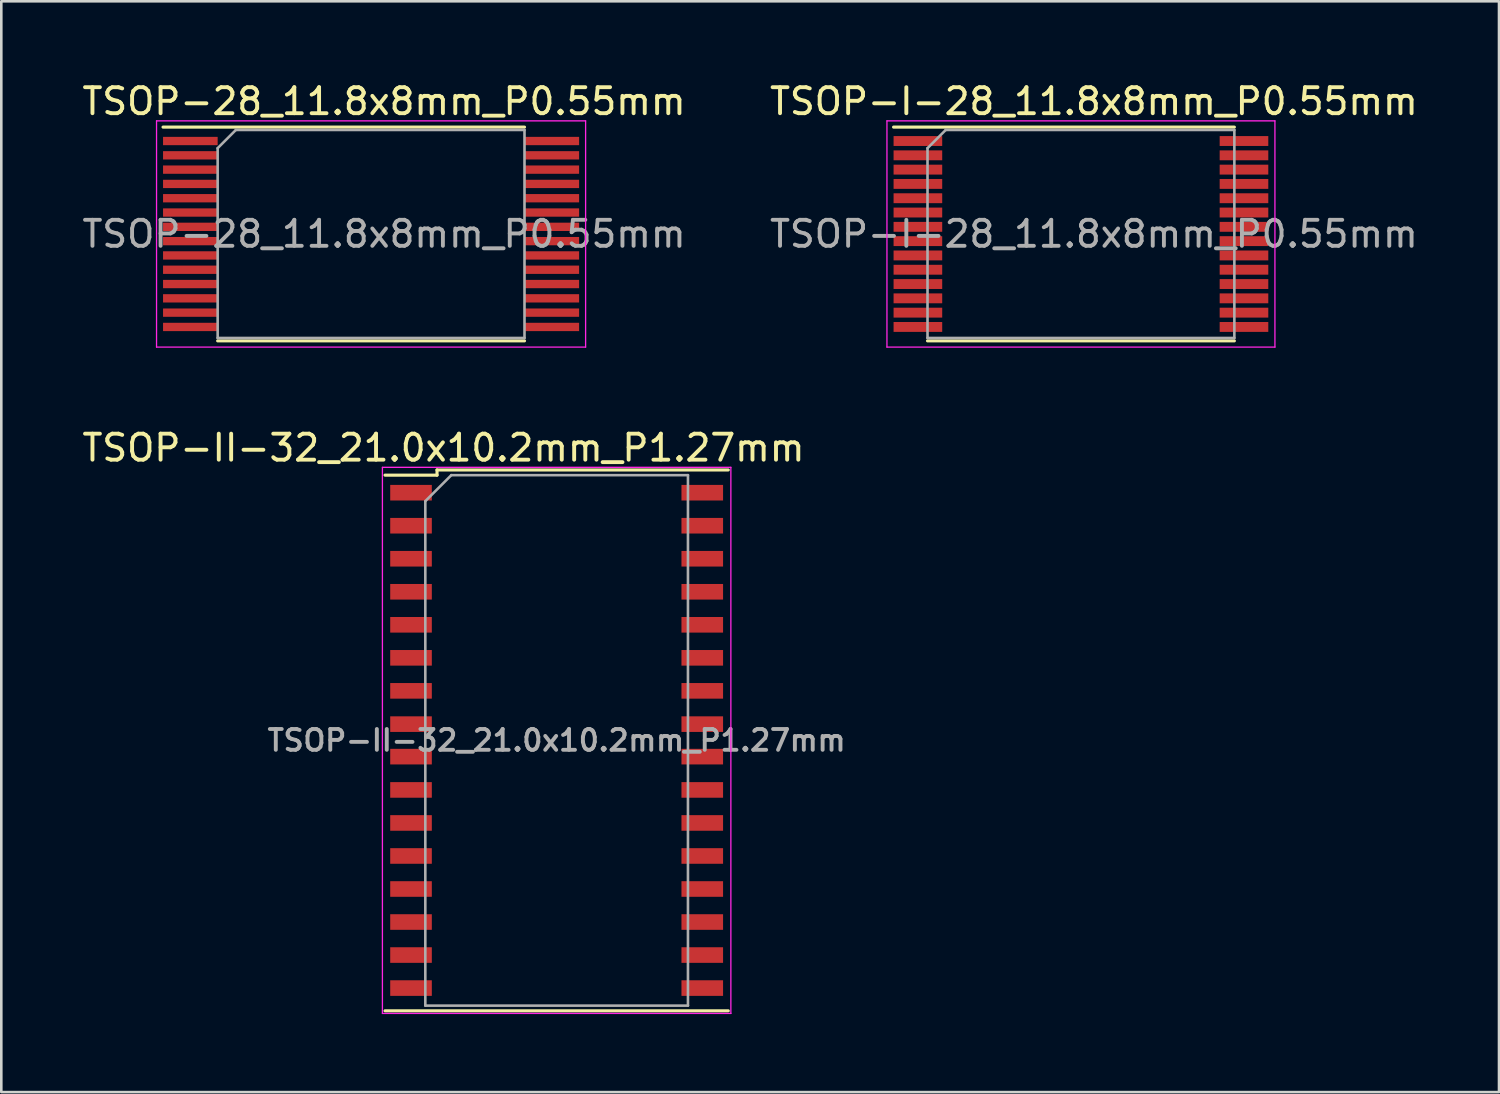
<source format=kicad_pcb>
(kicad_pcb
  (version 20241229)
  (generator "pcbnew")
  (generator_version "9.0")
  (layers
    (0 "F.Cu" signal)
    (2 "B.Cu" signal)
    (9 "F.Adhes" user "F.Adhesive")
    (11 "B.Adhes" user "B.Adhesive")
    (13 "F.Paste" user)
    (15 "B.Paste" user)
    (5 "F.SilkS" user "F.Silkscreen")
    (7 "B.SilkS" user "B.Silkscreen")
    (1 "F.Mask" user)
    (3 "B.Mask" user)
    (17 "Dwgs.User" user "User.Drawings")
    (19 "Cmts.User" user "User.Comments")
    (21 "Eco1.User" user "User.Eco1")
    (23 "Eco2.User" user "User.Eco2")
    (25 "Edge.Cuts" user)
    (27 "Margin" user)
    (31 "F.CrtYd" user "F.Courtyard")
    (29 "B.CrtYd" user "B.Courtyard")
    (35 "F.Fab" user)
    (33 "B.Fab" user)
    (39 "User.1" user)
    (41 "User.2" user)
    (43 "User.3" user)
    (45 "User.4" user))
  (footprint "TSOP-28_11.8x8mm_P0.55mm"
    (layer "F.Cu")
    (at 11.22 5.948)
    (property "Reference" "TSOP-28_11.8x8mm_P0.55mm" (at 0.5 -5.1 0) (layer "F.SilkS") (effects (font (size 1 1) (thickness 0.15))))
    (attr smd)
    (fp_line (start -8 -4.11) (end 5.9 -4.11) (stroke (width 0.12) (type solid)) (layer "F.SilkS"))
    (fp_line (start -5.9 4.11) (end 5.9 4.11) (stroke (width 0.12) (type solid)) (layer "F.SilkS"))
    (fp_line (start -8.25 -4.35) (end -8.25 4.35) (stroke (width 0.05) (type solid)) (layer "F.CrtYd"))
    (fp_line (start -8.25 -4.35) (end 8.25 -4.35) (stroke (width 0.05) (type solid)) (layer "F.CrtYd"))
    (fp_line (start 8.25 4.35) (end -8.25 4.35) (stroke (width 0.05) (type solid)) (layer "F.CrtYd"))
    (fp_line (start 8.25 4.35) (end 8.25 -4.35) (stroke (width 0.05) (type solid)) (layer "F.CrtYd"))
    (fp_line (start -5.9 -3.3) (end -5.9 4) (stroke (width 0.1) (type solid)) (layer "F.Fab"))
    (fp_line (start -5.9 -3.3) (end -5.2 -4) (stroke (width 0.1) (type solid)) (layer "F.Fab"))
    (fp_line (start 5.9 -4) (end -5.2 -4) (stroke (width 0.1) (type solid)) (layer "F.Fab"))
    (fp_line (start 5.9 -4) (end 5.9 4) (stroke (width 0.1) (type solid)) (layer "F.Fab"))
    (fp_line (start 5.9 4) (end -5.9 4) (stroke (width 0.1) (type solid)) (layer "F.Fab"))
    (fp_text user "${REFERENCE}" (at 0.5 0 0) (layer "F.Fab") (effects (font (size 1 1) (thickness 0.15))))
    (pad "1" smd rect (at -6.95 -3.575) (size 2.1 0.32) (layers "F.Cu" "F.Mask" "F.Paste"))
    (pad "2" smd rect (at -6.95 -3.025) (size 2.1 0.32) (layers "F.Cu" "F.Mask" "F.Paste"))
    (pad "3" smd rect (at -6.95 -2.475) (size 2.1 0.32) (layers "F.Cu" "F.Mask" "F.Paste"))
    (pad "4" smd rect (at -6.95 -1.925) (size 2.1 0.32) (layers "F.Cu" "F.Mask" "F.Paste"))
    (pad "5" smd rect (at -6.95 -1.375) (size 2.1 0.32) (layers "F.Cu" "F.Mask" "F.Paste"))
    (pad "6" smd rect (at -6.95 -0.825) (size 2.1 0.32) (layers "F.Cu" "F.Mask" "F.Paste"))
    (pad "7" smd rect (at -6.95 -0.275) (size 2.1 0.32) (layers "F.Cu" "F.Mask" "F.Paste"))
    (pad "8" smd rect (at -6.95 0.275) (size 2.1 0.32) (layers "F.Cu" "F.Mask" "F.Paste"))
    (pad "9" smd rect (at -6.95 0.825) (size 2.1 0.32) (layers "F.Cu" "F.Mask" "F.Paste"))
    (pad "10" smd rect (at -6.95 1.375) (size 2.1 0.32) (layers "F.Cu" "F.Mask" "F.Paste"))
    (pad "11" smd rect (at -6.95 1.925) (size 2.1 0.32) (layers "F.Cu" "F.Mask" "F.Paste"))
    (pad "12" smd rect (at -6.95 2.475) (size 2.1 0.32) (layers "F.Cu" "F.Mask" "F.Paste"))
    (pad "13" smd rect (at -6.95 3.025) (size 2.1 0.32) (layers "F.Cu" "F.Mask" "F.Paste"))
    (pad "14" smd rect (at -6.95 3.575) (size 2.1 0.32) (layers "F.Cu" "F.Mask" "F.Paste"))
    (pad "15" smd rect (at 6.95 3.575) (size 2.1 0.32) (layers "F.Cu" "F.Mask" "F.Paste"))
    (pad "16" smd rect (at 6.95 3.025) (size 2.1 0.32) (layers "F.Cu" "F.Mask" "F.Paste"))
    (pad "17" smd rect (at 6.95 2.475) (size 2.1 0.32) (layers "F.Cu" "F.Mask" "F.Paste"))
    (pad "18" smd rect (at 6.95 1.925) (size 2.1 0.32) (layers "F.Cu" "F.Mask" "F.Paste"))
    (pad "19" smd rect (at 6.95 1.375) (size 2.1 0.32) (layers "F.Cu" "F.Mask" "F.Paste"))
    (pad "20" smd rect (at 6.95 0.825) (size 2.1 0.32) (layers "F.Cu" "F.Mask" "F.Paste"))
    (pad "21" smd rect (at 6.95 0.275) (size 2.1 0.32) (layers "F.Cu" "F.Mask" "F.Paste"))
    (pad "22" smd rect (at 6.95 -0.275) (size 2.1 0.32) (layers "F.Cu" "F.Mask" "F.Paste"))
    (pad "23" smd rect (at 6.95 -0.825) (size 2.1 0.32) (layers "F.Cu" "F.Mask" "F.Paste"))
    (pad "24" smd rect (at 6.95 -1.375) (size 2.1 0.32) (layers "F.Cu" "F.Mask" "F.Paste"))
    (pad "25" smd rect (at 6.95 -1.925) (size 2.1 0.32) (layers "F.Cu" "F.Mask" "F.Paste"))
    (pad "26" smd rect (at 6.95 -2.475) (size 2.1 0.32) (layers "F.Cu" "F.Mask" "F.Paste"))
    (pad "27" smd rect (at 6.95 -3.025) (size 2.1 0.32) (layers "F.Cu" "F.Mask" "F.Paste"))
    (pad "28" smd rect (at 6.95 -3.575) (size 2.1 0.32) (layers "F.Cu" "F.Mask" "F.Paste")))
  (footprint "TSOP-II-32_21.0x10.2mm_P1.27mm"
    (layer "F.Cu")
    (at 18.356 25.422)
    (property "Reference" "TSOP-II-32_21.0x10.2mm_P1.27mm" (at -4.35 -11.25 0) (layer "F.SilkS") (effects (font (size 1 1) (thickness 0.15))))
    (attr smd)
    (fp_line (start -6.6 10.4) (end 6.6 10.4) (stroke (width 0.12) (type solid)) (layer "F.SilkS"))
    (fp_line (start -4.6 -10.4) (end -4.6 -10.2) (stroke (width 0.12) (type solid)) (layer "F.SilkS"))
    (fp_line (start -4.6 -10.4) (end 6.6 -10.4) (stroke (width 0.12) (type solid)) (layer "F.SilkS"))
    (fp_line (start -4.6 -10.2) (end -6.6 -10.2) (stroke (width 0.12) (type solid)) (layer "F.SilkS"))
    (fp_line (start -6.7 -10.5) (end -6.7 10.5) (stroke (width 0.05) (type solid)) (layer "F.CrtYd"))
    (fp_line (start -6.7 -10.5) (end 6.7 -10.5) (stroke (width 0.05) (type solid)) (layer "F.CrtYd"))
    (fp_line (start -6.7 10.5) (end 6.7 10.5) (stroke (width 0.05) (type solid)) (layer "F.CrtYd"))
    (fp_line (start 6.7 -10.5) (end 6.7 10.5) (stroke (width 0.05) (type solid)) (layer "F.CrtYd"))
    (fp_line (start -5.05 -9.2) (end -4.05 -10.2) (stroke (width 0.1) (type solid)) (layer "F.Fab"))
    (fp_line (start -5.05 10.2) (end -5.05 -9.2) (stroke (width 0.1) (type solid)) (layer "F.Fab"))
    (fp_line (start -4.05 -10.2) (end 5.05 -10.2) (stroke (width 0.1) (type solid)) (layer "F.Fab"))
    (fp_line (start 5.05 -10.2) (end 5.05 10.2) (stroke (width 0.1) (type solid)) (layer "F.Fab"))
    (fp_line (start 5.05 10.2) (end -5.05 10.2) (stroke (width 0.1) (type solid)) (layer "F.Fab"))
    (fp_text user "${REFERENCE}" (at 0 0 0) (layer "F.Fab") (effects (font (size 0.8 0.8) (thickness 0.15))))
    (pad "1" smd rect (at -5.6 -9.525) (size 1.6 0.6) (layers "F.Cu" "F.Mask" "F.Paste"))
    (pad "2" smd rect (at -5.6 -8.255) (size 1.6 0.6) (layers "F.Cu" "F.Mask" "F.Paste"))
    (pad "3" smd rect (at -5.6 -6.985) (size 1.6 0.6) (layers "F.Cu" "F.Mask" "F.Paste"))
    (pad "4" smd rect (at -5.6 -5.715) (size 1.6 0.6) (layers "F.Cu" "F.Mask" "F.Paste"))
    (pad "5" smd rect (at -5.6 -4.445) (size 1.6 0.6) (layers "F.Cu" "F.Mask" "F.Paste"))
    (pad "6" smd rect (at -5.6 -3.175) (size 1.6 0.6) (layers "F.Cu" "F.Mask" "F.Paste"))
    (pad "7" smd rect (at -5.6 -1.905) (size 1.6 0.6) (layers "F.Cu" "F.Mask" "F.Paste"))
    (pad "8" smd rect (at -5.6 -0.625) (size 1.6 0.6) (layers "F.Cu" "F.Mask" "F.Paste"))
    (pad "9" smd rect (at -5.6 0.625) (size 1.6 0.6) (layers "F.Cu" "F.Mask" "F.Paste"))
    (pad "10" smd rect (at -5.6 1.905) (size 1.6 0.6) (layers "F.Cu" "F.Mask" "F.Paste"))
    (pad "11" smd rect (at -5.6 3.175) (size 1.6 0.6) (layers "F.Cu" "F.Mask" "F.Paste"))
    (pad "12" smd rect (at -5.6 4.445) (size 1.6 0.6) (layers "F.Cu" "F.Mask" "F.Paste"))
    (pad "13" smd rect (at -5.6 5.715) (size 1.6 0.6) (layers "F.Cu" "F.Mask" "F.Paste"))
    (pad "14" smd rect (at -5.6 6.985) (size 1.6 0.6) (layers "F.Cu" "F.Mask" "F.Paste"))
    (pad "15" smd rect (at -5.6 8.255) (size 1.6 0.6) (layers "F.Cu" "F.Mask" "F.Paste"))
    (pad "16" smd rect (at -5.6 9.525) (size 1.6 0.6) (layers "F.Cu" "F.Mask" "F.Paste"))
    (pad "17" smd rect (at 5.6 9.525) (size 1.6 0.6) (layers "F.Cu" "F.Mask" "F.Paste"))
    (pad "18" smd rect (at 5.6 8.255) (size 1.6 0.6) (layers "F.Cu" "F.Mask" "F.Paste"))
    (pad "19" smd rect (at 5.6 6.985) (size 1.6 0.6) (layers "F.Cu" "F.Mask" "F.Paste"))
    (pad "20" smd rect (at 5.6 5.715) (size 1.6 0.6) (layers "F.Cu" "F.Mask" "F.Paste"))
    (pad "21" smd rect (at 5.6 4.445) (size 1.6 0.6) (layers "F.Cu" "F.Mask" "F.Paste"))
    (pad "22" smd rect (at 5.6 3.175) (size 1.6 0.6) (layers "F.Cu" "F.Mask" "F.Paste"))
    (pad "23" smd rect (at 5.6 1.905) (size 1.6 0.6) (layers "F.Cu" "F.Mask" "F.Paste"))
    (pad "24" smd rect (at 5.6 0.625) (size 1.6 0.6) (layers "F.Cu" "F.Mask" "F.Paste"))
    (pad "25" smd rect (at 5.6 -0.625) (size 1.6 0.6) (layers "F.Cu" "F.Mask" "F.Paste"))
    (pad "26" smd rect (at 5.6 -1.905) (size 1.6 0.6) (layers "F.Cu" "F.Mask" "F.Paste"))
    (pad "27" smd rect (at 5.6 -3.175) (size 1.6 0.6) (layers "F.Cu" "F.Mask" "F.Paste"))
    (pad "28" smd rect (at 5.6 -4.445) (size 1.6 0.6) (layers "F.Cu" "F.Mask" "F.Paste"))
    (pad "29" smd rect (at 5.6 -5.715) (size 1.6 0.6) (layers "F.Cu" "F.Mask" "F.Paste"))
    (pad "30" smd rect (at 5.6 -6.985) (size 1.6 0.6) (layers "F.Cu" "F.Mask" "F.Paste"))
    (pad "31" smd rect (at 5.6 -8.255) (size 1.6 0.6) (layers "F.Cu" "F.Mask" "F.Paste"))
    (pad "32" smd rect (at 5.6 -9.525) (size 1.6 0.6) (layers "F.Cu" "F.Mask" "F.Paste")))
  (footprint "TSOP-I-28_11.8x8mm_P0.55mm"
    (layer "F.Cu")
    (at 38.518 5.948)
    (property "Reference" "TSOP-I-28_11.8x8mm_P0.55mm" (at 0.5 -5.1 0) (layer "F.SilkS") (effects (font (size 1 1) (thickness 0.15))))
    (attr smd)
    (fp_line (start -7.205 -4.11) (end 5.9 -4.11) (stroke (width 0.12) (type solid)) (layer "F.SilkS"))
    (fp_line (start -5.9 4.11) (end 5.9 4.11) (stroke (width 0.12) (type solid)) (layer "F.SilkS"))
    (fp_line (start -7.46 -4.35) (end -7.46 4.35) (stroke (width 0.05) (type solid)) (layer "F.CrtYd"))
    (fp_line (start -7.46 -4.35) (end 7.46 -4.35) (stroke (width 0.05) (type solid)) (layer "F.CrtYd"))
    (fp_line (start 7.46 4.35) (end -7.46 4.35) (stroke (width 0.05) (type solid)) (layer "F.CrtYd"))
    (fp_line (start 7.46 4.35) (end 7.46 -4.35) (stroke (width 0.05) (type solid)) (layer "F.CrtYd"))
    (fp_line (start -5.9 -3.3) (end -5.9 4) (stroke (width 0.1) (type solid)) (layer "F.Fab"))
    (fp_line (start -5.9 -3.3) (end -5.2 -4) (stroke (width 0.1) (type solid)) (layer "F.Fab"))
    (fp_line (start 5.9 -4) (end -5.2 -4) (stroke (width 0.1) (type solid)) (layer "F.Fab"))
    (fp_line (start 5.9 -4) (end 5.9 4) (stroke (width 0.1) (type solid)) (layer "F.Fab"))
    (fp_line (start 5.9 4) (end -5.9 4) (stroke (width 0.1) (type solid)) (layer "F.Fab"))
    (fp_text user "${REFERENCE}" (at 0.5 0 0) (layer "F.Fab") (effects (font (size 1 1) (thickness 0.15))))
    (pad "1" smd rect (at -6.27 -3.575) (size 1.87 0.38) (layers "F.Cu" "F.Mask" "F.Paste"))
    (pad "2" smd rect (at -6.27 -3.025) (size 1.87 0.38) (layers "F.Cu" "F.Mask" "F.Paste"))
    (pad "3" smd rect (at -6.27 -2.475) (size 1.87 0.38) (layers "F.Cu" "F.Mask" "F.Paste"))
    (pad "4" smd rect (at -6.27 -1.925) (size 1.87 0.38) (layers "F.Cu" "F.Mask" "F.Paste"))
    (pad "5" smd rect (at -6.27 -1.375) (size 1.87 0.38) (layers "F.Cu" "F.Mask" "F.Paste"))
    (pad "6" smd rect (at -6.27 -0.825) (size 1.87 0.38) (layers "F.Cu" "F.Mask" "F.Paste"))
    (pad "7" smd rect (at -6.27 -0.275) (size 1.87 0.38) (layers "F.Cu" "F.Mask" "F.Paste"))
    (pad "8" smd rect (at -6.27 0.275) (size 1.87 0.38) (layers "F.Cu" "F.Mask" "F.Paste"))
    (pad "9" smd rect (at -6.27 0.825) (size 1.87 0.38) (layers "F.Cu" "F.Mask" "F.Paste"))
    (pad "10" smd rect (at -6.27 1.375) (size 1.87 0.38) (layers "F.Cu" "F.Mask" "F.Paste"))
    (pad "11" smd rect (at -6.27 1.925) (size 1.87 0.38) (layers "F.Cu" "F.Mask" "F.Paste"))
    (pad "12" smd rect (at -6.27 2.475) (size 1.87 0.38) (layers "F.Cu" "F.Mask" "F.Paste"))
    (pad "13" smd rect (at -6.27 3.025) (size 1.87 0.38) (layers "F.Cu" "F.Mask" "F.Paste"))
    (pad "14" smd rect (at -6.27 3.575) (size 1.87 0.38) (layers "F.Cu" "F.Mask" "F.Paste"))
    (pad "15" smd rect (at 6.27 3.575) (size 1.87 0.38) (layers "F.Cu" "F.Mask" "F.Paste"))
    (pad "16" smd rect (at 6.27 3.025) (size 1.87 0.38) (layers "F.Cu" "F.Mask" "F.Paste"))
    (pad "17" smd rect (at 6.27 2.475) (size 1.87 0.38) (layers "F.Cu" "F.Mask" "F.Paste"))
    (pad "18" smd rect (at 6.27 1.925) (size 1.87 0.38) (layers "F.Cu" "F.Mask" "F.Paste"))
    (pad "19" smd rect (at 6.27 1.375) (size 1.87 0.38) (layers "F.Cu" "F.Mask" "F.Paste"))
    (pad "20" smd rect (at 6.27 0.825) (size 1.87 0.38) (layers "F.Cu" "F.Mask" "F.Paste"))
    (pad "21" smd rect (at 6.27 0.275) (size 1.87 0.38) (layers "F.Cu" "F.Mask" "F.Paste"))
    (pad "22" smd rect (at 6.27 -0.275) (size 1.87 0.38) (layers "F.Cu" "F.Mask" "F.Paste"))
    (pad "23" smd rect (at 6.27 -0.825) (size 1.87 0.38) (layers "F.Cu" "F.Mask" "F.Paste"))
    (pad "24" smd rect (at 6.27 -1.375) (size 1.87 0.38) (layers "F.Cu" "F.Mask" "F.Paste"))
    (pad "25" smd rect (at 6.27 -1.925) (size 1.87 0.38) (layers "F.Cu" "F.Mask" "F.Paste"))
    (pad "26" smd rect (at 6.27 -2.475) (size 1.87 0.38) (layers "F.Cu" "F.Mask" "F.Paste"))
    (pad "27" smd rect (at 6.27 -3.025) (size 1.87 0.38) (layers "F.Cu" "F.Mask" "F.Paste"))
    (pad "28" smd rect (at 6.27 -3.575) (size 1.87 0.38) (layers "F.Cu" "F.Mask" "F.Paste")))
  (gr_rect
    (start -3 -3)
    (end 54.595 38.947)
    (stroke (width 0.1) (type default))
    (fill no)
    (layer "Edge.Cuts")))
</source>
